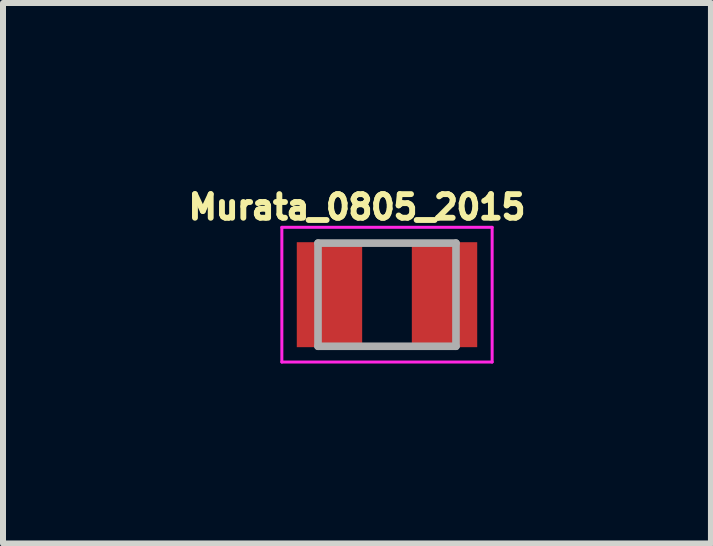
<source format=kicad_pcb>
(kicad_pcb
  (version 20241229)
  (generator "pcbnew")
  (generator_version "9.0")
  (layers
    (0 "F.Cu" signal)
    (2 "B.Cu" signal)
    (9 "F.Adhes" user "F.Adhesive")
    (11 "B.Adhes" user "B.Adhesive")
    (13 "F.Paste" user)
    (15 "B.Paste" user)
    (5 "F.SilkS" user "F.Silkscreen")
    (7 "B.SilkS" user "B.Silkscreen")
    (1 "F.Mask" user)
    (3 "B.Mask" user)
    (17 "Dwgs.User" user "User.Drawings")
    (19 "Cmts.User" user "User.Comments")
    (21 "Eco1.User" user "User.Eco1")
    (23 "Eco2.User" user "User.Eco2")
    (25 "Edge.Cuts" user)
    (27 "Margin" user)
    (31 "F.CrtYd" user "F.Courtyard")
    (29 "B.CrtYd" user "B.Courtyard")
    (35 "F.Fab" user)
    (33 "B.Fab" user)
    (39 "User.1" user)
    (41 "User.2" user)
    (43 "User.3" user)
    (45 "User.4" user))
  (footprint "Murata_0805_2015"
    (layer "F.Cu")
    (at 3.402 1.863)
    (property "Reference" "Murata_0805_2015" (at -0.5 -1.46 0) (layer "F.SilkS") (effects (font (size 0.394 0.394) (thickness 0.098))))
    (attr smd)
    (fp_line (start -1.753 -1.123) (end 1.753 -1.123) (stroke (width 0.05) (type solid)) (layer "F.CrtYd"))
    (fp_line (start -1.753 1.123) (end -1.753 -1.123) (stroke (width 0.05) (type solid)) (layer "F.CrtYd"))
    (fp_line (start -1.753 1.123) (end 1.753 1.123) (stroke (width 0.05) (type solid)) (layer "F.CrtYd"))
    (fp_line (start 1.753 1.123) (end 1.753 -1.123) (stroke (width 0.05) (type solid)) (layer "F.CrtYd"))
    (fp_line (start -1.15 0.86) (end -1.15 -0.86) (stroke (width 0.127) (type solid)) (layer "F.Fab"))
    (fp_line (start 1.15 -0.86) (end -1.15 -0.86) (stroke (width 0.127) (type solid)) (layer "F.Fab"))
    (fp_line (start 1.15 0.86) (end -1.15 0.86) (stroke (width 0.127) (type solid)) (layer "F.Fab"))
    (fp_line (start 1.15 0.86) (end 1.15 -0.86) (stroke (width 0.127) (type solid)) (layer "F.Fab"))
    (pad "1" smd rect (at -0.959 0) (size 1.09 1.75) (layers "F.Cu" "F.Mask" "F.Paste"))
    (pad "2" smd rect (at 0.959 0) (size 1.09 1.75) (layers "F.Cu" "F.Mask" "F.Paste")))
  (gr_rect
    (start -3 -3)
    (end 8.803 6.011)
    (stroke (width 0.1) (type default))
    (fill no)
    (layer "Edge.Cuts")))
</source>
